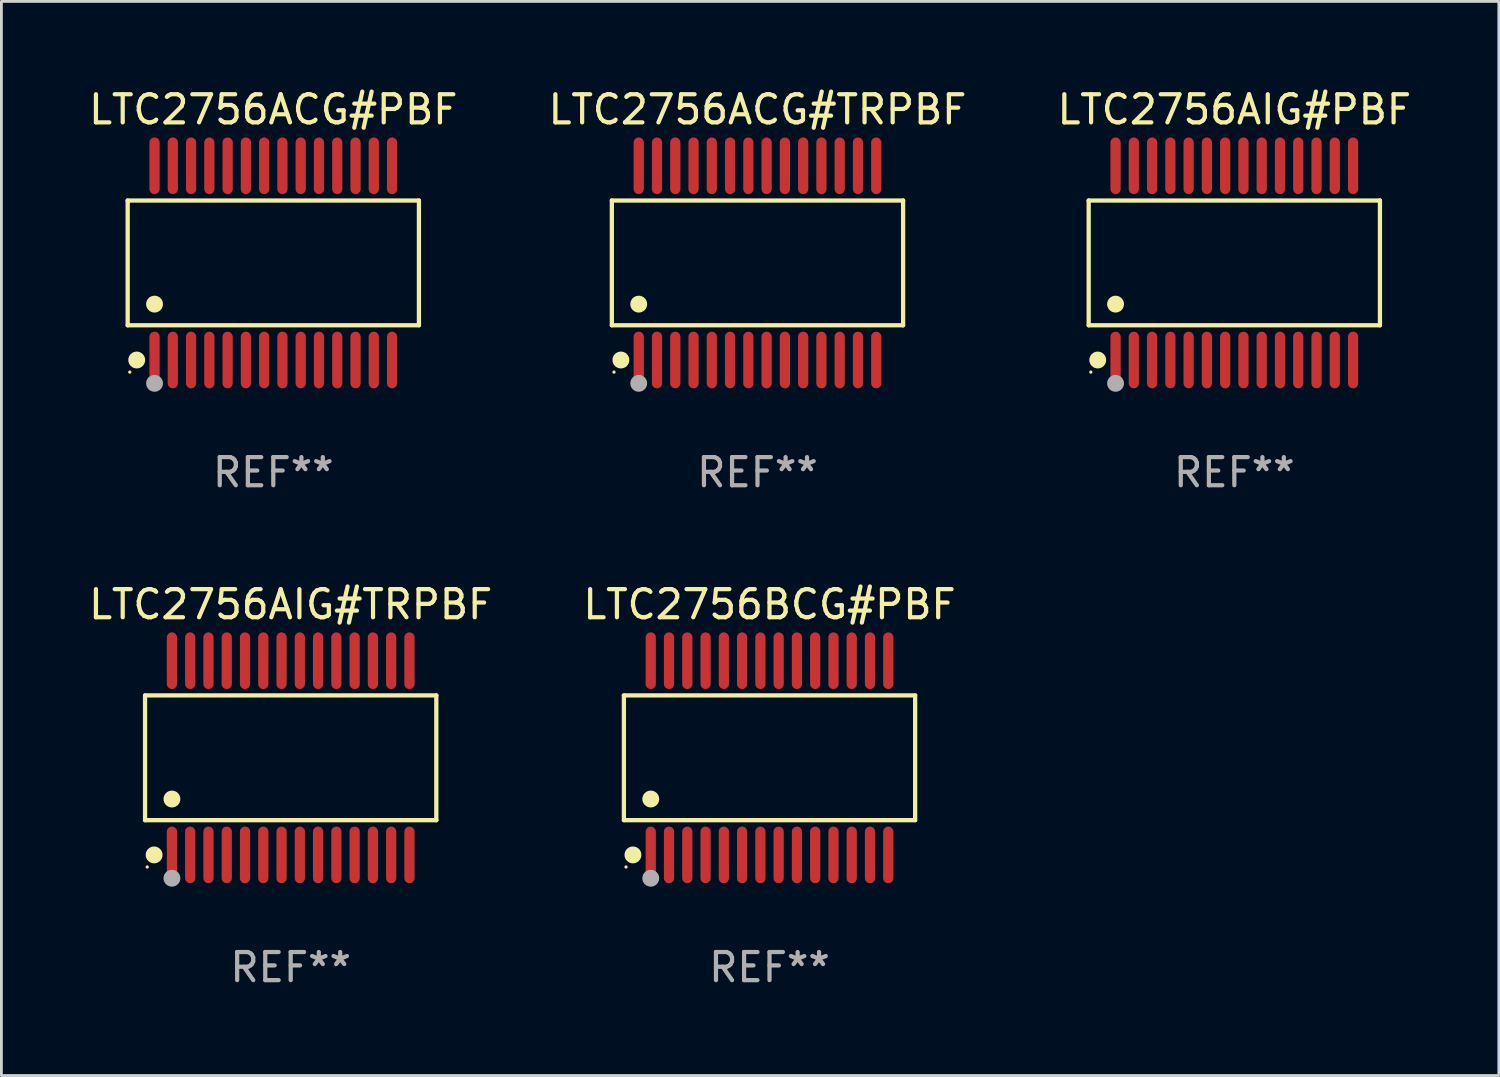
<source format=kicad_pcb>
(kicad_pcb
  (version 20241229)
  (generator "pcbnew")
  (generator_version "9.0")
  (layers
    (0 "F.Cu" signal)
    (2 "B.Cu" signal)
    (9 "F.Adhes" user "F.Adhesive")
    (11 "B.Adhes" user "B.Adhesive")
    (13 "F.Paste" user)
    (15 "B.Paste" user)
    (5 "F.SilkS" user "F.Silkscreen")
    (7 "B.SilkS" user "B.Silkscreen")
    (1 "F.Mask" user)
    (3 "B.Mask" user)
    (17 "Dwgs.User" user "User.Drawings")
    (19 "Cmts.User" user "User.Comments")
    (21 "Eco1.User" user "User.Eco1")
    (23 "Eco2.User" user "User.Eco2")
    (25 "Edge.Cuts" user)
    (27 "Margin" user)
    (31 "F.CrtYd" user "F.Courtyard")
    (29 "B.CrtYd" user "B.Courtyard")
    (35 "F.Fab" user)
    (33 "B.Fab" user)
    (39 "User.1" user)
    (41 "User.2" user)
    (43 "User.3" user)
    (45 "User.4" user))
  (footprint "LTC2756ACG#TRPBF"
    (layer "F.Cu")
    (at 23.899 6.303)
    (property "Reference" "LTC2756ACG#TRPBF" (at 0 -5.455 0) (layer "F.SilkS") (effects (font (size 1 1) (thickness 0.15))))
    (attr through_hole)
    (fp_line (start -5.181 -2.219) (end 5.181 -2.219) (stroke (width 0.152) (type solid)) (layer "F.SilkS"))
    (fp_line (start -5.181 2.219) (end -5.181 -2.219) (stroke (width 0.152) (type solid)) (layer "F.SilkS"))
    (fp_line (start 5.181 -2.219) (end 5.181 2.219) (stroke (width 0.152) (type solid)) (layer "F.SilkS"))
    (fp_line (start 5.181 2.219) (end -5.181 2.219) (stroke (width 0.152) (type solid)) (layer "F.SilkS"))
    (fp_circle (center -5.105 3.885) (end -5.075 3.885) (stroke (width 0.06) (type solid)) (fill no) (layer "F.SilkS"))
    (fp_circle (center -4.859 3.455) (end -4.709 3.455) (stroke (width 0.3) (type solid)) (fill no) (layer "F.SilkS"))
    (fp_circle (center -4.225 1.467) (end -4.075 1.467) (stroke (width 0.3) (type solid)) (fill no) (layer "F.SilkS"))
    (fp_circle (center -4.225 4.285) (end -4.075 4.285) (stroke (width 0.3) (type solid)) (fill no) (layer "F.Fab"))
    (fp_text user "REF**" (at 0 7.455 0) (layer "F.Fab") (effects (font (size 1 1) (thickness 0.15))))
    (pad "1" smd oval (at -4.225 3.455) (size 0.364 2.015) (layers "F.Cu" "F.Mask" "F.Paste"))
    (pad "2" smd oval (at -3.575 3.455) (size 0.364 2.015) (layers "F.Cu" "F.Mask" "F.Paste"))
    (pad "3" smd oval (at -2.925 3.455) (size 0.364 2.015) (layers "F.Cu" "F.Mask" "F.Paste"))
    (pad "4" smd oval (at -2.275 3.455) (size 0.364 2.015) (layers "F.Cu" "F.Mask" "F.Paste"))
    (pad "5" smd oval (at -1.625 3.455) (size 0.364 2.015) (layers "F.Cu" "F.Mask" "F.Paste"))
    (pad "6" smd oval (at -0.975 3.455) (size 0.364 2.015) (layers "F.Cu" "F.Mask" "F.Paste"))
    (pad "7" smd oval (at -0.325 3.455) (size 0.364 2.015) (layers "F.Cu" "F.Mask" "F.Paste"))
    (pad "8" smd oval (at 0.325 3.455) (size 0.364 2.015) (layers "F.Cu" "F.Mask" "F.Paste"))
    (pad "9" smd oval (at 0.975 3.455) (size 0.364 2.015) (layers "F.Cu" "F.Mask" "F.Paste"))
    (pad "10" smd oval (at 1.625 3.455) (size 0.364 2.015) (layers "F.Cu" "F.Mask" "F.Paste"))
    (pad "11" smd oval (at 2.275 3.455) (size 0.364 2.015) (layers "F.Cu" "F.Mask" "F.Paste"))
    (pad "12" smd oval (at 2.925 3.455) (size 0.364 2.015) (layers "F.Cu" "F.Mask" "F.Paste"))
    (pad "13" smd oval (at 3.575 3.455) (size 0.364 2.015) (layers "F.Cu" "F.Mask" "F.Paste"))
    (pad "14" smd oval (at 4.225 3.455) (size 0.364 2.015) (layers "F.Cu" "F.Mask" "F.Paste"))
    (pad "15" smd oval (at 4.225 -3.455) (size 0.364 2.015) (layers "F.Cu" "F.Mask" "F.Paste"))
    (pad "16" smd oval (at 3.575 -3.455) (size 0.364 2.015) (layers "F.Cu" "F.Mask" "F.Paste"))
    (pad "17" smd oval (at 2.925 -3.455) (size 0.364 2.015) (layers "F.Cu" "F.Mask" "F.Paste"))
    (pad "18" smd oval (at 2.275 -3.455) (size 0.364 2.015) (layers "F.Cu" "F.Mask" "F.Paste"))
    (pad "19" smd oval (at 1.625 -3.455) (size 0.364 2.015) (layers "F.Cu" "F.Mask" "F.Paste"))
    (pad "20" smd oval (at 0.975 -3.455) (size 0.364 2.015) (layers "F.Cu" "F.Mask" "F.Paste"))
    (pad "21" smd oval (at 0.325 -3.455) (size 0.364 2.015) (layers "F.Cu" "F.Mask" "F.Paste"))
    (pad "22" smd oval (at -0.325 -3.455) (size 0.364 2.015) (layers "F.Cu" "F.Mask" "F.Paste"))
    (pad "23" smd oval (at -0.975 -3.455) (size 0.364 2.015) (layers "F.Cu" "F.Mask" "F.Paste"))
    (pad "24" smd oval (at -1.625 -3.455) (size 0.364 2.015) (layers "F.Cu" "F.Mask" "F.Paste"))
    (pad "25" smd oval (at -2.275 -3.455) (size 0.364 2.015) (layers "F.Cu" "F.Mask" "F.Paste"))
    (pad "26" smd oval (at -2.925 -3.455) (size 0.364 2.015) (layers "F.Cu" "F.Mask" "F.Paste"))
    (pad "27" smd oval (at -3.575 -3.455) (size 0.364 2.015) (layers "F.Cu" "F.Mask" "F.Paste"))
    (pad "28" smd oval (at -4.225 -3.455) (size 0.364 2.015) (layers "F.Cu" "F.Mask" "F.Paste")))
  (footprint "LTC2756ACG#PBF"
    (layer "F.Cu")
    (at 6.673 6.303)
    (property "Reference" "LTC2756ACG#PBF" (at 0 -5.455 0) (layer "F.SilkS") (effects (font (size 1 1) (thickness 0.15))))
    (attr through_hole)
    (fp_line (start -5.181 -2.219) (end 5.181 -2.219) (stroke (width 0.152) (type solid)) (layer "F.SilkS"))
    (fp_line (start -5.181 2.219) (end -5.181 -2.219) (stroke (width 0.152) (type solid)) (layer "F.SilkS"))
    (fp_line (start 5.181 -2.219) (end 5.181 2.219) (stroke (width 0.152) (type solid)) (layer "F.SilkS"))
    (fp_line (start 5.181 2.219) (end -5.181 2.219) (stroke (width 0.152) (type solid)) (layer "F.SilkS"))
    (fp_circle (center -5.105 3.885) (end -5.075 3.885) (stroke (width 0.06) (type solid)) (fill no) (layer "F.SilkS"))
    (fp_circle (center -4.859 3.455) (end -4.709 3.455) (stroke (width 0.3) (type solid)) (fill no) (layer "F.SilkS"))
    (fp_circle (center -4.225 1.467) (end -4.075 1.467) (stroke (width 0.3) (type solid)) (fill no) (layer "F.SilkS"))
    (fp_circle (center -4.225 4.285) (end -4.075 4.285) (stroke (width 0.3) (type solid)) (fill no) (layer "F.Fab"))
    (fp_text user "REF**" (at 0 7.455 0) (layer "F.Fab") (effects (font (size 1 1) (thickness 0.15))))
    (pad "1" smd oval (at -4.225 3.455) (size 0.364 2.015) (layers "F.Cu" "F.Mask" "F.Paste"))
    (pad "2" smd oval (at -3.575 3.455) (size 0.364 2.015) (layers "F.Cu" "F.Mask" "F.Paste"))
    (pad "3" smd oval (at -2.925 3.455) (size 0.364 2.015) (layers "F.Cu" "F.Mask" "F.Paste"))
    (pad "4" smd oval (at -2.275 3.455) (size 0.364 2.015) (layers "F.Cu" "F.Mask" "F.Paste"))
    (pad "5" smd oval (at -1.625 3.455) (size 0.364 2.015) (layers "F.Cu" "F.Mask" "F.Paste"))
    (pad "6" smd oval (at -0.975 3.455) (size 0.364 2.015) (layers "F.Cu" "F.Mask" "F.Paste"))
    (pad "7" smd oval (at -0.325 3.455) (size 0.364 2.015) (layers "F.Cu" "F.Mask" "F.Paste"))
    (pad "8" smd oval (at 0.325 3.455) (size 0.364 2.015) (layers "F.Cu" "F.Mask" "F.Paste"))
    (pad "9" smd oval (at 0.975 3.455) (size 0.364 2.015) (layers "F.Cu" "F.Mask" "F.Paste"))
    (pad "10" smd oval (at 1.625 3.455) (size 0.364 2.015) (layers "F.Cu" "F.Mask" "F.Paste"))
    (pad "11" smd oval (at 2.275 3.455) (size 0.364 2.015) (layers "F.Cu" "F.Mask" "F.Paste"))
    (pad "12" smd oval (at 2.925 3.455) (size 0.364 2.015) (layers "F.Cu" "F.Mask" "F.Paste"))
    (pad "13" smd oval (at 3.575 3.455) (size 0.364 2.015) (layers "F.Cu" "F.Mask" "F.Paste"))
    (pad "14" smd oval (at 4.225 3.455) (size 0.364 2.015) (layers "F.Cu" "F.Mask" "F.Paste"))
    (pad "15" smd oval (at 4.225 -3.455) (size 0.364 2.015) (layers "F.Cu" "F.Mask" "F.Paste"))
    (pad "16" smd oval (at 3.575 -3.455) (size 0.364 2.015) (layers "F.Cu" "F.Mask" "F.Paste"))
    (pad "17" smd oval (at 2.925 -3.455) (size 0.364 2.015) (layers "F.Cu" "F.Mask" "F.Paste"))
    (pad "18" smd oval (at 2.275 -3.455) (size 0.364 2.015) (layers "F.Cu" "F.Mask" "F.Paste"))
    (pad "19" smd oval (at 1.625 -3.455) (size 0.364 2.015) (layers "F.Cu" "F.Mask" "F.Paste"))
    (pad "20" smd oval (at 0.975 -3.455) (size 0.364 2.015) (layers "F.Cu" "F.Mask" "F.Paste"))
    (pad "21" smd oval (at 0.325 -3.455) (size 0.364 2.015) (layers "F.Cu" "F.Mask" "F.Paste"))
    (pad "22" smd oval (at -0.325 -3.455) (size 0.364 2.015) (layers "F.Cu" "F.Mask" "F.Paste"))
    (pad "23" smd oval (at -0.975 -3.455) (size 0.364 2.015) (layers "F.Cu" "F.Mask" "F.Paste"))
    (pad "24" smd oval (at -1.625 -3.455) (size 0.364 2.015) (layers "F.Cu" "F.Mask" "F.Paste"))
    (pad "25" smd oval (at -2.275 -3.455) (size 0.364 2.015) (layers "F.Cu" "F.Mask" "F.Paste"))
    (pad "26" smd oval (at -2.925 -3.455) (size 0.364 2.015) (layers "F.Cu" "F.Mask" "F.Paste"))
    (pad "27" smd oval (at -3.575 -3.455) (size 0.364 2.015) (layers "F.Cu" "F.Mask" "F.Paste"))
    (pad "28" smd oval (at -4.225 -3.455) (size 0.364 2.015) (layers "F.Cu" "F.Mask" "F.Paste")))
  (footprint "LTC2756BCG#PBF"
    (layer "F.Cu")
    (at 24.327 23.91)
    (property "Reference" "LTC2756BCG#PBF" (at 0 -5.455 0) (layer "F.SilkS") (effects (font (size 1 1) (thickness 0.15))))
    (attr through_hole)
    (fp_line (start -5.181 -2.219) (end 5.181 -2.219) (stroke (width 0.152) (type solid)) (layer "F.SilkS"))
    (fp_line (start -5.181 2.219) (end -5.181 -2.219) (stroke (width 0.152) (type solid)) (layer "F.SilkS"))
    (fp_line (start 5.181 -2.219) (end 5.181 2.219) (stroke (width 0.152) (type solid)) (layer "F.SilkS"))
    (fp_line (start 5.181 2.219) (end -5.181 2.219) (stroke (width 0.152) (type solid)) (layer "F.SilkS"))
    (fp_circle (center -5.105 3.885) (end -5.075 3.885) (stroke (width 0.06) (type solid)) (fill no) (layer "F.SilkS"))
    (fp_circle (center -4.859 3.455) (end -4.709 3.455) (stroke (width 0.3) (type solid)) (fill no) (layer "F.SilkS"))
    (fp_circle (center -4.225 1.467) (end -4.075 1.467) (stroke (width 0.3) (type solid)) (fill no) (layer "F.SilkS"))
    (fp_circle (center -4.225 4.285) (end -4.075 4.285) (stroke (width 0.3) (type solid)) (fill no) (layer "F.Fab"))
    (fp_text user "REF**" (at 0 7.455 0) (layer "F.Fab") (effects (font (size 1 1) (thickness 0.15))))
    (pad "1" smd oval (at -4.225 3.455) (size 0.364 2.015) (layers "F.Cu" "F.Mask" "F.Paste"))
    (pad "2" smd oval (at -3.575 3.455) (size 0.364 2.015) (layers "F.Cu" "F.Mask" "F.Paste"))
    (pad "3" smd oval (at -2.925 3.455) (size 0.364 2.015) (layers "F.Cu" "F.Mask" "F.Paste"))
    (pad "4" smd oval (at -2.275 3.455) (size 0.364 2.015) (layers "F.Cu" "F.Mask" "F.Paste"))
    (pad "5" smd oval (at -1.625 3.455) (size 0.364 2.015) (layers "F.Cu" "F.Mask" "F.Paste"))
    (pad "6" smd oval (at -0.975 3.455) (size 0.364 2.015) (layers "F.Cu" "F.Mask" "F.Paste"))
    (pad "7" smd oval (at -0.325 3.455) (size 0.364 2.015) (layers "F.Cu" "F.Mask" "F.Paste"))
    (pad "8" smd oval (at 0.325 3.455) (size 0.364 2.015) (layers "F.Cu" "F.Mask" "F.Paste"))
    (pad "9" smd oval (at 0.975 3.455) (size 0.364 2.015) (layers "F.Cu" "F.Mask" "F.Paste"))
    (pad "10" smd oval (at 1.625 3.455) (size 0.364 2.015) (layers "F.Cu" "F.Mask" "F.Paste"))
    (pad "11" smd oval (at 2.275 3.455) (size 0.364 2.015) (layers "F.Cu" "F.Mask" "F.Paste"))
    (pad "12" smd oval (at 2.925 3.455) (size 0.364 2.015) (layers "F.Cu" "F.Mask" "F.Paste"))
    (pad "13" smd oval (at 3.575 3.455) (size 0.364 2.015) (layers "F.Cu" "F.Mask" "F.Paste"))
    (pad "14" smd oval (at 4.225 3.455) (size 0.364 2.015) (layers "F.Cu" "F.Mask" "F.Paste"))
    (pad "15" smd oval (at 4.225 -3.455) (size 0.364 2.015) (layers "F.Cu" "F.Mask" "F.Paste"))
    (pad "16" smd oval (at 3.575 -3.455) (size 0.364 2.015) (layers "F.Cu" "F.Mask" "F.Paste"))
    (pad "17" smd oval (at 2.925 -3.455) (size 0.364 2.015) (layers "F.Cu" "F.Mask" "F.Paste"))
    (pad "18" smd oval (at 2.275 -3.455) (size 0.364 2.015) (layers "F.Cu" "F.Mask" "F.Paste"))
    (pad "19" smd oval (at 1.625 -3.455) (size 0.364 2.015) (layers "F.Cu" "F.Mask" "F.Paste"))
    (pad "20" smd oval (at 0.975 -3.455) (size 0.364 2.015) (layers "F.Cu" "F.Mask" "F.Paste"))
    (pad "21" smd oval (at 0.325 -3.455) (size 0.364 2.015) (layers "F.Cu" "F.Mask" "F.Paste"))
    (pad "22" smd oval (at -0.325 -3.455) (size 0.364 2.015) (layers "F.Cu" "F.Mask" "F.Paste"))
    (pad "23" smd oval (at -0.975 -3.455) (size 0.364 2.015) (layers "F.Cu" "F.Mask" "F.Paste"))
    (pad "24" smd oval (at -1.625 -3.455) (size 0.364 2.015) (layers "F.Cu" "F.Mask" "F.Paste"))
    (pad "25" smd oval (at -2.275 -3.455) (size 0.364 2.015) (layers "F.Cu" "F.Mask" "F.Paste"))
    (pad "26" smd oval (at -2.925 -3.455) (size 0.364 2.015) (layers "F.Cu" "F.Mask" "F.Paste"))
    (pad "27" smd oval (at -3.575 -3.455) (size 0.364 2.015) (layers "F.Cu" "F.Mask" "F.Paste"))
    (pad "28" smd oval (at -4.225 -3.455) (size 0.364 2.015) (layers "F.Cu" "F.Mask" "F.Paste")))
  (footprint "LTC2756AIG#PBF"
    (layer "F.Cu")
    (at 40.863 6.303)
    (property "Reference" "LTC2756AIG#PBF" (at 0 -5.455 0) (layer "F.SilkS") (effects (font (size 1 1) (thickness 0.15))))
    (attr through_hole)
    (fp_line (start -5.181 -2.219) (end 5.181 -2.219) (stroke (width 0.152) (type solid)) (layer "F.SilkS"))
    (fp_line (start -5.181 2.219) (end -5.181 -2.219) (stroke (width 0.152) (type solid)) (layer "F.SilkS"))
    (fp_line (start 5.181 -2.219) (end 5.181 2.219) (stroke (width 0.152) (type solid)) (layer "F.SilkS"))
    (fp_line (start 5.181 2.219) (end -5.181 2.219) (stroke (width 0.152) (type solid)) (layer "F.SilkS"))
    (fp_circle (center -5.105 3.885) (end -5.075 3.885) (stroke (width 0.06) (type solid)) (fill no) (layer "F.SilkS"))
    (fp_circle (center -4.859 3.455) (end -4.709 3.455) (stroke (width 0.3) (type solid)) (fill no) (layer "F.SilkS"))
    (fp_circle (center -4.225 1.467) (end -4.075 1.467) (stroke (width 0.3) (type solid)) (fill no) (layer "F.SilkS"))
    (fp_circle (center -4.225 4.285) (end -4.075 4.285) (stroke (width 0.3) (type solid)) (fill no) (layer "F.Fab"))
    (fp_text user "REF**" (at 0 7.455 0) (layer "F.Fab") (effects (font (size 1 1) (thickness 0.15))))
    (pad "1" smd oval (at -4.225 3.455) (size 0.364 2.015) (layers "F.Cu" "F.Mask" "F.Paste"))
    (pad "2" smd oval (at -3.575 3.455) (size 0.364 2.015) (layers "F.Cu" "F.Mask" "F.Paste"))
    (pad "3" smd oval (at -2.925 3.455) (size 0.364 2.015) (layers "F.Cu" "F.Mask" "F.Paste"))
    (pad "4" smd oval (at -2.275 3.455) (size 0.364 2.015) (layers "F.Cu" "F.Mask" "F.Paste"))
    (pad "5" smd oval (at -1.625 3.455) (size 0.364 2.015) (layers "F.Cu" "F.Mask" "F.Paste"))
    (pad "6" smd oval (at -0.975 3.455) (size 0.364 2.015) (layers "F.Cu" "F.Mask" "F.Paste"))
    (pad "7" smd oval (at -0.325 3.455) (size 0.364 2.015) (layers "F.Cu" "F.Mask" "F.Paste"))
    (pad "8" smd oval (at 0.325 3.455) (size 0.364 2.015) (layers "F.Cu" "F.Mask" "F.Paste"))
    (pad "9" smd oval (at 0.975 3.455) (size 0.364 2.015) (layers "F.Cu" "F.Mask" "F.Paste"))
    (pad "10" smd oval (at 1.625 3.455) (size 0.364 2.015) (layers "F.Cu" "F.Mask" "F.Paste"))
    (pad "11" smd oval (at 2.275 3.455) (size 0.364 2.015) (layers "F.Cu" "F.Mask" "F.Paste"))
    (pad "12" smd oval (at 2.925 3.455) (size 0.364 2.015) (layers "F.Cu" "F.Mask" "F.Paste"))
    (pad "13" smd oval (at 3.575 3.455) (size 0.364 2.015) (layers "F.Cu" "F.Mask" "F.Paste"))
    (pad "14" smd oval (at 4.225 3.455) (size 0.364 2.015) (layers "F.Cu" "F.Mask" "F.Paste"))
    (pad "15" smd oval (at 4.225 -3.455) (size 0.364 2.015) (layers "F.Cu" "F.Mask" "F.Paste"))
    (pad "16" smd oval (at 3.575 -3.455) (size 0.364 2.015) (layers "F.Cu" "F.Mask" "F.Paste"))
    (pad "17" smd oval (at 2.925 -3.455) (size 0.364 2.015) (layers "F.Cu" "F.Mask" "F.Paste"))
    (pad "18" smd oval (at 2.275 -3.455) (size 0.364 2.015) (layers "F.Cu" "F.Mask" "F.Paste"))
    (pad "19" smd oval (at 1.625 -3.455) (size 0.364 2.015) (layers "F.Cu" "F.Mask" "F.Paste"))
    (pad "20" smd oval (at 0.975 -3.455) (size 0.364 2.015) (layers "F.Cu" "F.Mask" "F.Paste"))
    (pad "21" smd oval (at 0.325 -3.455) (size 0.364 2.015) (layers "F.Cu" "F.Mask" "F.Paste"))
    (pad "22" smd oval (at -0.325 -3.455) (size 0.364 2.015) (layers "F.Cu" "F.Mask" "F.Paste"))
    (pad "23" smd oval (at -0.975 -3.455) (size 0.364 2.015) (layers "F.Cu" "F.Mask" "F.Paste"))
    (pad "24" smd oval (at -1.625 -3.455) (size 0.364 2.015) (layers "F.Cu" "F.Mask" "F.Paste"))
    (pad "25" smd oval (at -2.275 -3.455) (size 0.364 2.015) (layers "F.Cu" "F.Mask" "F.Paste"))
    (pad "26" smd oval (at -2.925 -3.455) (size 0.364 2.015) (layers "F.Cu" "F.Mask" "F.Paste"))
    (pad "27" smd oval (at -3.575 -3.455) (size 0.364 2.015) (layers "F.Cu" "F.Mask" "F.Paste"))
    (pad "28" smd oval (at -4.225 -3.455) (size 0.364 2.015) (layers "F.Cu" "F.Mask" "F.Paste")))
  (footprint "LTC2756AIG#TRPBF"
    (layer "F.Cu")
    (at 7.292 23.91)
    (property "Reference" "LTC2756AIG#TRPBF" (at 0 -5.455 0) (layer "F.SilkS") (effects (font (size 1 1) (thickness 0.15))))
    (attr through_hole)
    (fp_line (start -5.181 -2.219) (end 5.181 -2.219) (stroke (width 0.152) (type solid)) (layer "F.SilkS"))
    (fp_line (start -5.181 2.219) (end -5.181 -2.219) (stroke (width 0.152) (type solid)) (layer "F.SilkS"))
    (fp_line (start 5.181 -2.219) (end 5.181 2.219) (stroke (width 0.152) (type solid)) (layer "F.SilkS"))
    (fp_line (start 5.181 2.219) (end -5.181 2.219) (stroke (width 0.152) (type solid)) (layer "F.SilkS"))
    (fp_circle (center -5.105 3.885) (end -5.075 3.885) (stroke (width 0.06) (type solid)) (fill no) (layer "F.SilkS"))
    (fp_circle (center -4.859 3.455) (end -4.709 3.455) (stroke (width 0.3) (type solid)) (fill no) (layer "F.SilkS"))
    (fp_circle (center -4.225 1.467) (end -4.075 1.467) (stroke (width 0.3) (type solid)) (fill no) (layer "F.SilkS"))
    (fp_circle (center -4.225 4.285) (end -4.075 4.285) (stroke (width 0.3) (type solid)) (fill no) (layer "F.Fab"))
    (fp_text user "REF**" (at 0 7.455 0) (layer "F.Fab") (effects (font (size 1 1) (thickness 0.15))))
    (pad "1" smd oval (at -4.225 3.455) (size 0.364 2.015) (layers "F.Cu" "F.Mask" "F.Paste"))
    (pad "2" smd oval (at -3.575 3.455) (size 0.364 2.015) (layers "F.Cu" "F.Mask" "F.Paste"))
    (pad "3" smd oval (at -2.925 3.455) (size 0.364 2.015) (layers "F.Cu" "F.Mask" "F.Paste"))
    (pad "4" smd oval (at -2.275 3.455) (size 0.364 2.015) (layers "F.Cu" "F.Mask" "F.Paste"))
    (pad "5" smd oval (at -1.625 3.455) (size 0.364 2.015) (layers "F.Cu" "F.Mask" "F.Paste"))
    (pad "6" smd oval (at -0.975 3.455) (size 0.364 2.015) (layers "F.Cu" "F.Mask" "F.Paste"))
    (pad "7" smd oval (at -0.325 3.455) (size 0.364 2.015) (layers "F.Cu" "F.Mask" "F.Paste"))
    (pad "8" smd oval (at 0.325 3.455) (size 0.364 2.015) (layers "F.Cu" "F.Mask" "F.Paste"))
    (pad "9" smd oval (at 0.975 3.455) (size 0.364 2.015) (layers "F.Cu" "F.Mask" "F.Paste"))
    (pad "10" smd oval (at 1.625 3.455) (size 0.364 2.015) (layers "F.Cu" "F.Mask" "F.Paste"))
    (pad "11" smd oval (at 2.275 3.455) (size 0.364 2.015) (layers "F.Cu" "F.Mask" "F.Paste"))
    (pad "12" smd oval (at 2.925 3.455) (size 0.364 2.015) (layers "F.Cu" "F.Mask" "F.Paste"))
    (pad "13" smd oval (at 3.575 3.455) (size 0.364 2.015) (layers "F.Cu" "F.Mask" "F.Paste"))
    (pad "14" smd oval (at 4.225 3.455) (size 0.364 2.015) (layers "F.Cu" "F.Mask" "F.Paste"))
    (pad "15" smd oval (at 4.225 -3.455) (size 0.364 2.015) (layers "F.Cu" "F.Mask" "F.Paste"))
    (pad "16" smd oval (at 3.575 -3.455) (size 0.364 2.015) (layers "F.Cu" "F.Mask" "F.Paste"))
    (pad "17" smd oval (at 2.925 -3.455) (size 0.364 2.015) (layers "F.Cu" "F.Mask" "F.Paste"))
    (pad "18" smd oval (at 2.275 -3.455) (size 0.364 2.015) (layers "F.Cu" "F.Mask" "F.Paste"))
    (pad "19" smd oval (at 1.625 -3.455) (size 0.364 2.015) (layers "F.Cu" "F.Mask" "F.Paste"))
    (pad "20" smd oval (at 0.975 -3.455) (size 0.364 2.015) (layers "F.Cu" "F.Mask" "F.Paste"))
    (pad "21" smd oval (at 0.325 -3.455) (size 0.364 2.015) (layers "F.Cu" "F.Mask" "F.Paste"))
    (pad "22" smd oval (at -0.325 -3.455) (size 0.364 2.015) (layers "F.Cu" "F.Mask" "F.Paste"))
    (pad "23" smd oval (at -0.975 -3.455) (size 0.364 2.015) (layers "F.Cu" "F.Mask" "F.Paste"))
    (pad "24" smd oval (at -1.625 -3.455) (size 0.364 2.015) (layers "F.Cu" "F.Mask" "F.Paste"))
    (pad "25" smd oval (at -2.275 -3.455) (size 0.364 2.015) (layers "F.Cu" "F.Mask" "F.Paste"))
    (pad "26" smd oval (at -2.925 -3.455) (size 0.364 2.015) (layers "F.Cu" "F.Mask" "F.Paste"))
    (pad "27" smd oval (at -3.575 -3.455) (size 0.364 2.015) (layers "F.Cu" "F.Mask" "F.Paste"))
    (pad "28" smd oval (at -4.225 -3.455) (size 0.364 2.015) (layers "F.Cu" "F.Mask" "F.Paste")))
  (gr_rect
    (start -3 -3)
    (end 50.274 35.214)
    (stroke (width 0.1) (type default))
    (fill no)
    (layer "Edge.Cuts")))
</source>
